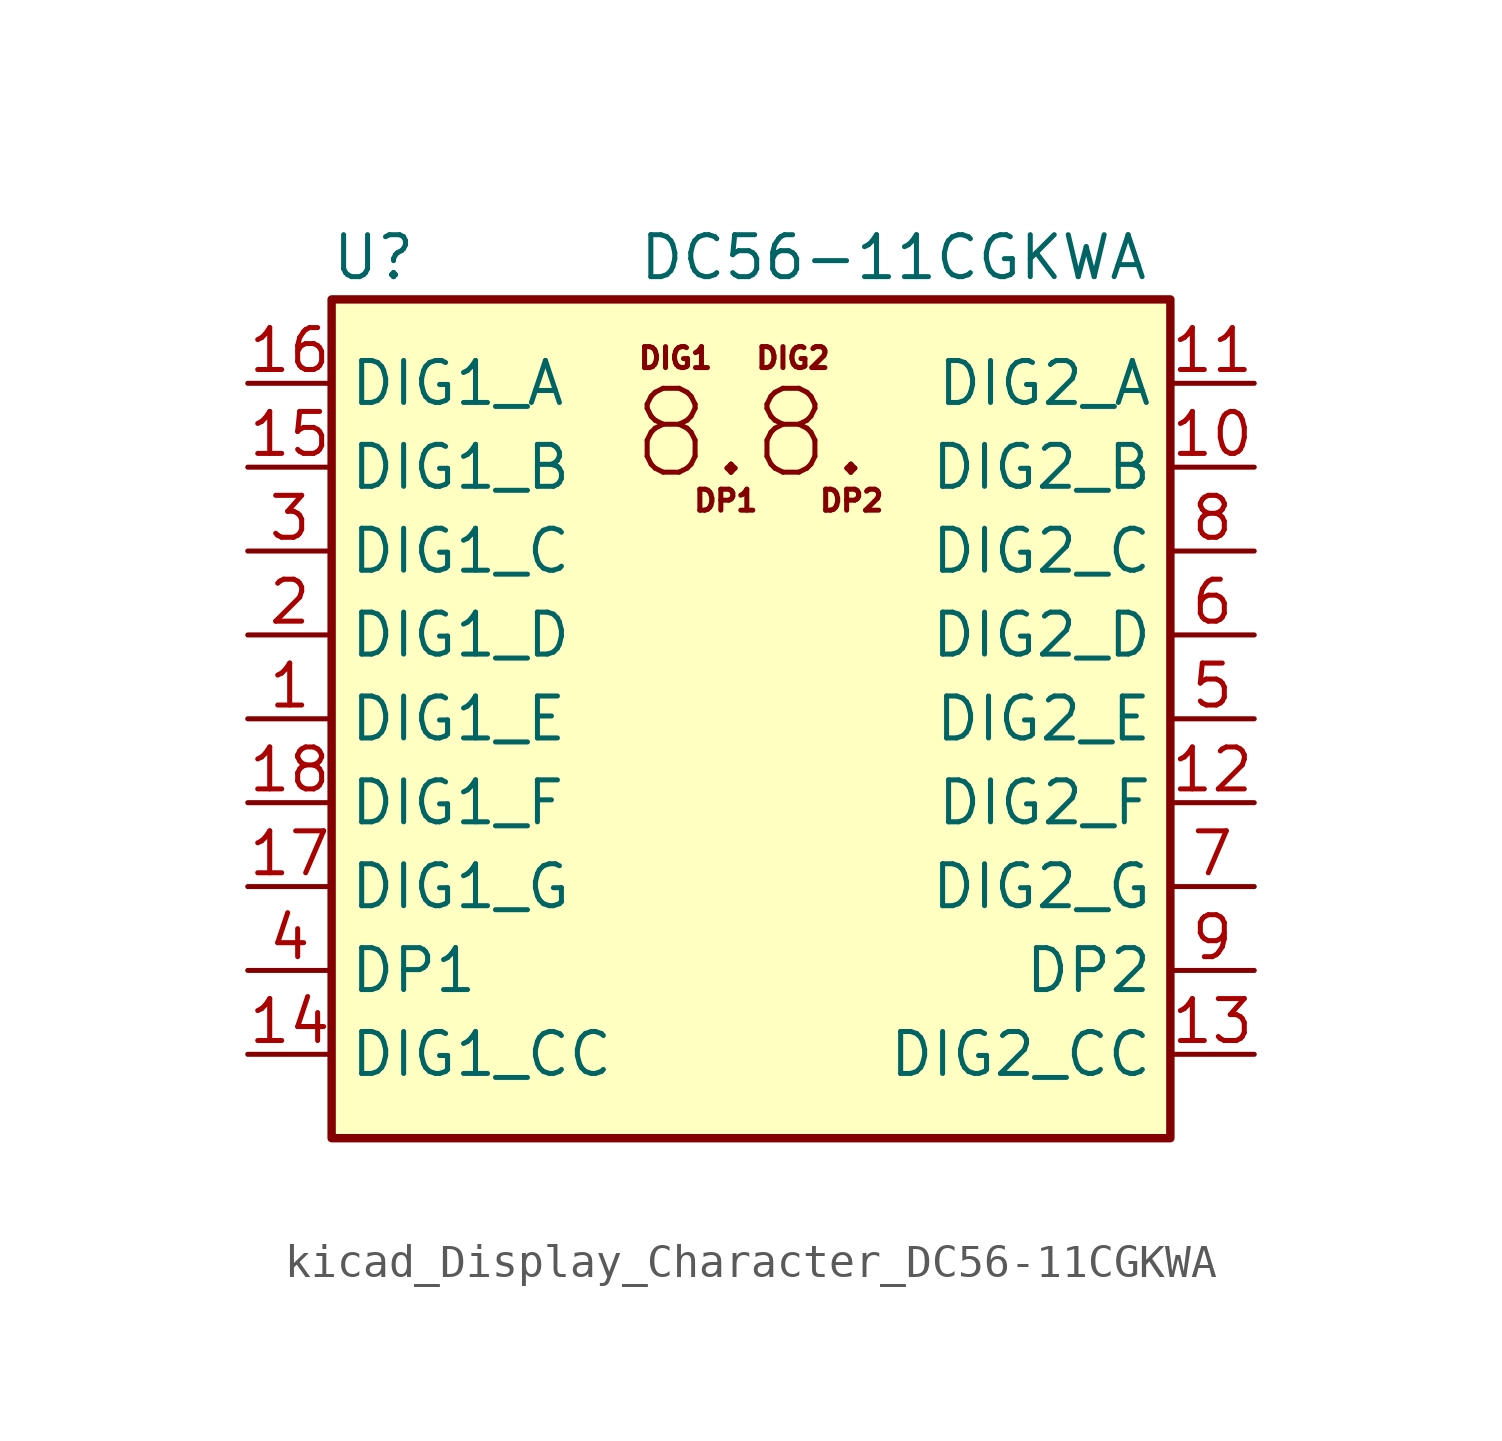
<source format=kicad_sym>
(kicad_symbol_lib
  (version 20220914)
  (generator kicad_symbol_editor)
  (symbol "kicad_Display_Character_DC56-11CGKWA"
    (property "Reference" "U"
      (at -11.43 13.97 0)
      (effects (font (size 1.27 1.27))))
    (property "Value" "DC56-11CGKWA"
      (at 12.065 13.97 0)
      (effects (font (size 1.27 1.27)) (justify right)))
    (symbol "kicad_Display_Character_DC56-11CGKWA_0_0"
      (text "8.8." (at 0 8.636 0) (effects (font (size 2.54 2.54))))
      (text "DIG1" (at -2.286 10.922 0) (effects (font (size 0.635 0.635))))
      (text "DIG2" (at 1.27 10.922 0) (effects (font (size 0.635 0.635))))
      (text "DP1" (at -0.762 6.604 0) (effects (font (size 0.635 0.635))))
      (text "DP2" (at 3.048 6.604 0) (effects (font (size 0.635 0.635)))))
    (symbol "kicad_Display_Character_DC56-11CGKWA_0_1"
      (rectangle (start -12.7 12.7) (end 12.7 -12.7) (stroke (width 0.254) (type default)) (fill (type background))))
    (symbol "kicad_Display_Character_DC56-11CGKWA_1_1"
      (pin input line (at -15.24 0 0) (length 2.54) (name "DIG1_E" (effects (font (size 1.27 1.27)))) (number "1" (effects (font (size 1.27 1.27)))))
      (pin input line (at 15.24 7.62 180) (length 2.54) (name "DIG2_B" (effects (font (size 1.27 1.27)))) (number "10" (effects (font (size 1.27 1.27)))))
      (pin input line (at 15.24 10.16 180) (length 2.54) (name "DIG2_A" (effects (font (size 1.27 1.27)))) (number "11" (effects (font (size 1.27 1.27)))))
      (pin input line (at 15.24 -2.54 180) (length 2.54) (name "DIG2_F" (effects (font (size 1.27 1.27)))) (number "12" (effects (font (size 1.27 1.27)))))
      (pin input line (at 15.24 -10.16 180) (length 2.54) (name "DIG2_CC" (effects (font (size 1.27 1.27)))) (number "13" (effects (font (size 1.27 1.27)))))
      (pin input line (at -15.24 -10.16 0) (length 2.54) (name "DIG1_CC" (effects (font (size 1.27 1.27)))) (number "14" (effects (font (size 1.27 1.27)))))
      (pin input line (at -15.24 7.62 0) (length 2.54) (name "DIG1_B" (effects (font (size 1.27 1.27)))) (number "15" (effects (font (size 1.27 1.27)))))
      (pin input line (at -15.24 10.16 0) (length 2.54) (name "DIG1_A" (effects (font (size 1.27 1.27)))) (number "16" (effects (font (size 1.27 1.27)))))
      (pin input line (at -15.24 -5.08 0) (length 2.54) (name "DIG1_G" (effects (font (size 1.27 1.27)))) (number "17" (effects (font (size 1.27 1.27)))))
      (pin input line (at -15.24 -2.54 0) (length 2.54) (name "DIG1_F" (effects (font (size 1.27 1.27)))) (number "18" (effects (font (size 1.27 1.27)))))
      (pin input line (at -15.24 2.54 0) (length 2.54) (name "DIG1_D" (effects (font (size 1.27 1.27)))) (number "2" (effects (font (size 1.27 1.27)))))
      (pin input line (at -15.24 5.08 0) (length 2.54) (name "DIG1_C" (effects (font (size 1.27 1.27)))) (number "3" (effects (font (size 1.27 1.27)))))
      (pin input line (at -15.24 -7.62 0) (length 2.54) (name "DP1" (effects (font (size 1.27 1.27)))) (number "4" (effects (font (size 1.27 1.27)))))
      (pin input line (at 15.24 0 180) (length 2.54) (name "DIG2_E" (effects (font (size 1.27 1.27)))) (number "5" (effects (font (size 1.27 1.27)))))
      (pin input line (at 15.24 2.54 180) (length 2.54) (name "DIG2_D" (effects (font (size 1.27 1.27)))) (number "6" (effects (font (size 1.27 1.27)))))
      (pin input line (at 15.24 -5.08 180) (length 2.54) (name "DIG2_G" (effects (font (size 1.27 1.27)))) (number "7" (effects (font (size 1.27 1.27)))))
      (pin input line (at 15.24 5.08 180) (length 2.54) (name "DIG2_C" (effects (font (size 1.27 1.27)))) (number "8" (effects (font (size 1.27 1.27)))))
      (pin input line (at 15.24 -7.62 180) (length 2.54) (name "DP2" (effects (font (size 1.27 1.27)))) (number "9" (effects (font (size 1.27 1.27))))))))
</source>
